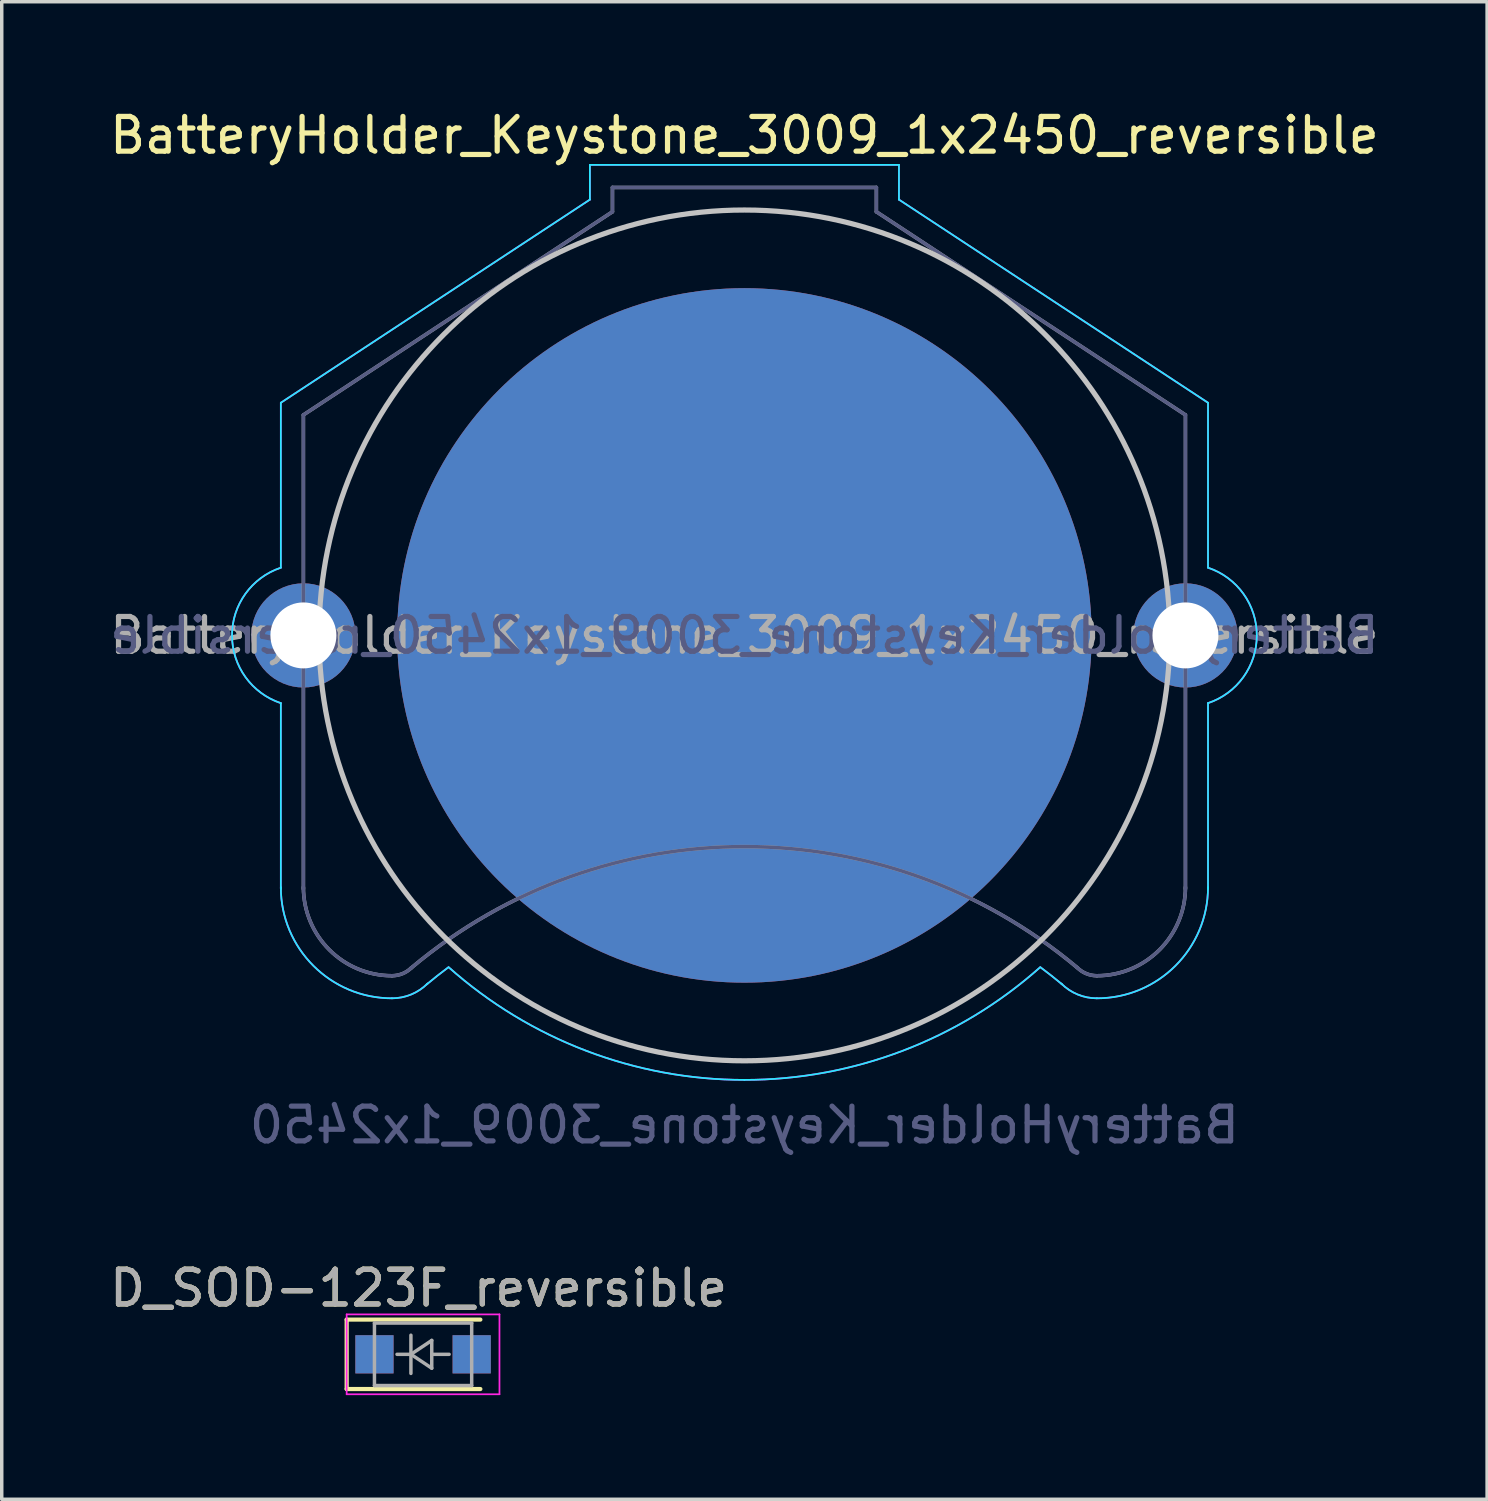
<source format=kicad_pcb>
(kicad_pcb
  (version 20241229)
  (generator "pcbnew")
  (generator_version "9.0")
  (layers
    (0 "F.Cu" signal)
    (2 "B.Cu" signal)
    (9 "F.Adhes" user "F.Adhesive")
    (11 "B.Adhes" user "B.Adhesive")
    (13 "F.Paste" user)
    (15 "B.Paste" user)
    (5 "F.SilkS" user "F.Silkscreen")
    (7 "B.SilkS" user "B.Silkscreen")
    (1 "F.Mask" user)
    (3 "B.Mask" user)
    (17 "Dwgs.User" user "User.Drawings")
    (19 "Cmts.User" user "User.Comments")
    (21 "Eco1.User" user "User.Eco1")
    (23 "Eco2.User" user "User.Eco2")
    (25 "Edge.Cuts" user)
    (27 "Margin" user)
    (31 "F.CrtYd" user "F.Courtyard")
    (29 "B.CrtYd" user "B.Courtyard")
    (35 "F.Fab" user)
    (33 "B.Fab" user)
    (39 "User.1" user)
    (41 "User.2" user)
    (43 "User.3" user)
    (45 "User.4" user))
  (footprint "D_SOD-123F_reversible"
    (layer "F.Cu")
    (at 9.133 35.95)
    (property "Reference" "D_SOD-123F_reversible" (at -0.127 -1.905 0) (layer "F.SilkS") (effects (font (size 1 1) (thickness 0.15))))
    (attr smd)
    (fp_line (start -2.2 -1) (end -2.2 1) (stroke (width 0.12) (type solid)) (layer "F.SilkS"))
    (fp_line (start -2.2 -1) (end 1.65 -1) (stroke (width 0.12) (type solid)) (layer "F.SilkS"))
    (fp_line (start -2.2 1) (end 1.65 1) (stroke (width 0.12) (type solid)) (layer "F.SilkS"))
    (fp_line (start -2.2 -1.15) (end -2.2 1.15) (stroke (width 0.05) (type solid)) (layer "F.CrtYd"))
    (fp_line (start -2.2 -1.15) (end 2.2 -1.15) (stroke (width 0.05) (type solid)) (layer "F.CrtYd"))
    (fp_line (start 2.2 -1.15) (end 2.2 1.15) (stroke (width 0.05) (type solid)) (layer "F.CrtYd"))
    (fp_line (start 2.2 1.15) (end -2.2 1.15) (stroke (width 0.05) (type solid)) (layer "F.CrtYd"))
    (fp_line (start -1.4 -0.9) (end 1.4 -0.9) (stroke (width 0.1) (type solid)) (layer "F.Fab"))
    (fp_line (start -1.4 0.9) (end -1.4 -0.9) (stroke (width 0.1) (type solid)) (layer "F.Fab"))
    (fp_line (start -0.75 0) (end -0.35 0) (stroke (width 0.1) (type solid)) (layer "F.Fab"))
    (fp_line (start -0.35 0) (end -0.35 -0.55) (stroke (width 0.1) (type solid)) (layer "F.Fab"))
    (fp_line (start -0.35 0) (end -0.35 0.55) (stroke (width 0.1) (type solid)) (layer "F.Fab"))
    (fp_line (start -0.35 0) (end 0.25 -0.4) (stroke (width 0.1) (type solid)) (layer "F.Fab"))
    (fp_line (start 0.25 -0.4) (end 0.25 0.4) (stroke (width 0.1) (type solid)) (layer "F.Fab"))
    (fp_line (start 0.25 0) (end 0.75 0) (stroke (width 0.1) (type solid)) (layer "F.Fab"))
    (fp_line (start 0.25 0.4) (end -0.35 0) (stroke (width 0.1) (type solid)) (layer "F.Fab"))
    (fp_line (start 1.4 -0.9) (end 1.4 0.9) (stroke (width 0.1) (type solid)) (layer "F.Fab"))
    (fp_line (start 1.4 0.9) (end -1.4 0.9) (stroke (width 0.1) (type solid)) (layer "F.Fab"))
    (fp_text user "${REFERENCE}" (at -0.127 -1.905 0) (layer "F.Fab") (effects (font (size 1 1) (thickness 0.15))))
    (pad "1" smd rect (at -1.4 0) (size 1.1 1.1) (layers "F.Cu" "F.Mask" "F.Paste"))
    (pad "1" smd rect (at -1.4 0) (size 1.1 1.1) (layers "B.Cu" "B.Mask" "B.Paste"))
    (pad "2" smd rect (at 1.4 0) (size 1.1 1.1) (layers "F.Cu" "F.Mask" "F.Paste"))
    (pad "2" smd rect (at 1.4 0) (size 1.1 1.1) (layers "B.Cu" "B.Mask" "B.Paste")))
  (footprint "BatteryHolder_Keystone_3009_1x2450_reversible"
    (layer "F.Cu")
    (at 18.387 15.248)
    (property "Reference" "BatteryHolder_Keystone_3009_1x2450_reversible" (at 0 -14.4 0) (layer "F.SilkS") (effects (font (size 1 1) (thickness 0.15))))
    (attr through_hole)
    (fp_circle (center 0 0) (end 12.25 0) (stroke (width 0.15) (type solid)) (fill no) (layer "Dwgs.User"))
    (fp_line (start -13.35 -6.7) (end -13.35 -1.95) (stroke (width 0.05) (type solid)) (layer "B.CrtYd"))
    (fp_line (start -13.35 1.95) (end -13.35 7.3) (stroke (width 0.05) (type solid)) (layer "B.CrtYd"))
    (fp_line (start -4.45 -13.55) (end -4.45 -12.55) (stroke (width 0.05) (type solid)) (layer "B.CrtYd"))
    (fp_line (start -4.45 -12.55) (end -13.35 -6.7) (stroke (width 0.05) (type solid)) (layer "B.CrtYd"))
    (fp_line (start 4.45 -13.55) (end -4.45 -13.55) (stroke (width 0.05) (type solid)) (layer "B.CrtYd"))
    (fp_line (start 4.45 -13.55) (end 4.45 -12.55) (stroke (width 0.05) (type solid)) (layer "B.CrtYd"))
    (fp_line (start 4.45 -12.55) (end 13.35 -6.7) (stroke (width 0.05) (type solid)) (layer "B.CrtYd"))
    (fp_line (start 13.35 -6.7) (end 13.35 -1.95) (stroke (width 0.05) (type solid)) (layer "B.CrtYd"))
    (fp_line (start 13.35 1.95) (end 13.35 7.3) (stroke (width 0.05) (type solid)) (layer "B.CrtYd"))
    (fp_arc (start -13.35 1.95) (mid -14.755479 0.002334) (end -13.354426 -1.948519) (stroke (width 0.05) (type solid)) (layer "B.CrtYd"))
    (fp_arc (start -10.15 10.45) (mid -12.412742 9.512742) (end -13.35 7.25) (stroke (width 0.05) (type solid)) (layer "B.CrtYd"))
    (fp_arc (start -9.15 10.05) (mid -8.840691 9.798786) (end -8.524488 9.556307) (stroke (width 0.05) (type solid)) (layer "B.CrtYd"))
    (fp_arc (start -9.124695 10.025305) (mid -9.595109 10.339626) (end -10.15 10.45) (stroke (width 0.05) (type solid)) (layer "B.CrtYd"))
    (fp_arc (start 0 12.8) (mid -4.55581 11.961797) (end -8.514949 9.556969) (stroke (width 0.05) (type solid)) (layer "B.CrtYd"))
    (fp_arc (start 8.514949 9.556969) (mid 4.55581 11.961798) (end 0 12.8) (stroke (width 0.05) (type solid)) (layer "B.CrtYd"))
    (fp_arc (start 8.524488 9.556307) (mid 8.840691 9.798786) (end 9.15 10.05) (stroke (width 0.05) (type solid)) (layer "B.CrtYd"))
    (fp_arc (start 10.15 10.45) (mid 9.595109 10.339625) (end 9.124695 10.025305) (stroke (width 0.05) (type solid)) (layer "B.CrtYd"))
    (fp_arc (start 13.35 7.25) (mid 12.412742 9.512742) (end 10.15 10.45) (stroke (width 0.05) (type solid)) (layer "B.CrtYd"))
    (fp_arc (start 13.354426 -1.948519) (mid 14.755479 0.002334) (end 13.35 1.95) (stroke (width 0.05) (type solid)) (layer "B.CrtYd"))
    (fp_line (start -13.35 -6.7) (end -13.35 -1.95) (stroke (width 0.05) (type solid)) (layer "F.CrtYd"))
    (fp_line (start -13.35 1.95) (end -13.35 7.3) (stroke (width 0.05) (type solid)) (layer "F.CrtYd"))
    (fp_line (start -4.45 -13.55) (end -4.45 -12.55) (stroke (width 0.05) (type solid)) (layer "F.CrtYd"))
    (fp_line (start -4.45 -13.55) (end 4.45 -13.55) (stroke (width 0.05) (type solid)) (layer "F.CrtYd"))
    (fp_line (start -4.45 -12.55) (end -13.35 -6.7) (stroke (width 0.05) (type solid)) (layer "F.CrtYd"))
    (fp_line (start 4.45 -13.55) (end 4.45 -12.55) (stroke (width 0.05) (type solid)) (layer "F.CrtYd"))
    (fp_line (start 4.45 -12.55) (end 13.35 -6.7) (stroke (width 0.05) (type solid)) (layer "F.CrtYd"))
    (fp_line (start 13.35 -6.7) (end 13.35 -1.95) (stroke (width 0.05) (type solid)) (layer "F.CrtYd"))
    (fp_line (start 13.35 1.95) (end 13.35 7.3) (stroke (width 0.05) (type solid)) (layer "F.CrtYd"))
    (fp_arc (start -13.35 1.95) (mid -14.755479 0.002334) (end -13.354426 -1.948519) (stroke (width 0.05) (type solid)) (layer "F.CrtYd"))
    (fp_arc (start -10.15 10.45) (mid -12.412742 9.512742) (end -13.35 7.25) (stroke (width 0.05) (type solid)) (layer "F.CrtYd"))
    (fp_arc (start -9.15 10.05) (mid -8.840691 9.798786) (end -8.524488 9.556307) (stroke (width 0.05) (type solid)) (layer "F.CrtYd"))
    (fp_arc (start -9.124695 10.025305) (mid -9.595109 10.339626) (end -10.15 10.45) (stroke (width 0.05) (type solid)) (layer "F.CrtYd"))
    (fp_arc (start 0 12.8) (mid -4.55581 11.961797) (end -8.514949 9.556969) (stroke (width 0.05) (type solid)) (layer "F.CrtYd"))
    (fp_arc (start 8.514949 9.556969) (mid 4.55581 11.961798) (end 0 12.8) (stroke (width 0.05) (type solid)) (layer "F.CrtYd"))
    (fp_arc (start 8.524488 9.556307) (mid 8.840691 9.798786) (end 9.15 10.05) (stroke (width 0.05) (type solid)) (layer "F.CrtYd"))
    (fp_arc (start 10.15 10.45) (mid 9.595109 10.339625) (end 9.124695 10.025305) (stroke (width 0.05) (type solid)) (layer "F.CrtYd"))
    (fp_arc (start 13.35 7.25) (mid 12.412742 9.512742) (end 10.15 10.45) (stroke (width 0.05) (type solid)) (layer "F.CrtYd"))
    (fp_arc (start 13.354426 -1.948519) (mid 14.755479 0.002334) (end 13.35 1.95) (stroke (width 0.05) (type solid)) (layer "F.CrtYd"))
    (fp_line (start -12.7 -6.35) (end -12.7 7.3) (stroke (width 0.1) (type solid)) (layer "B.Fab"))
    (fp_line (start -3.8 -12.9) (end -3.8 -12.2) (stroke (width 0.1) (type solid)) (layer "B.Fab"))
    (fp_line (start -3.8 -12.2) (end -12.7 -6.35) (stroke (width 0.1) (type solid)) (layer "B.Fab"))
    (fp_line (start 3.8 -12.9) (end -3.8 -12.9) (stroke (width 0.1) (type solid)) (layer "B.Fab"))
    (fp_line (start 3.8 -12.9) (end 3.8 -12.2) (stroke (width 0.1) (type solid)) (layer "B.Fab"))
    (fp_line (start 3.8 -12.2) (end 12.7 -6.35) (stroke (width 0.1) (type solid)) (layer "B.Fab"))
    (fp_line (start 12.7 -6.35) (end 12.7 7.3) (stroke (width 0.1) (type solid)) (layer "B.Fab"))
    (fp_arc (start -10.15 9.8) (mid -11.953122 9.053122) (end -12.7 7.25) (stroke (width 0.1) (type solid)) (layer "B.Fab"))
    (fp_arc (start -9.584315 9.565685) (mid -9.843853 9.739103) (end -10.15 9.8) (stroke (width 0.1) (type solid)) (layer "B.Fab"))
    (fp_arc (start -9.579482 9.562783) (mid 0.013392 6.081011) (end 9.6 9.58) (stroke (width 0.1) (type solid)) (layer "B.Fab"))
    (fp_arc (start 10.15 9.8) (mid 9.843853 9.739104) (end 9.584315 9.565685) (stroke (width 0.1) (type solid)) (layer "B.Fab"))
    (fp_arc (start 12.7 7.25) (mid 11.953122 9.053122) (end 10.15 9.8) (stroke (width 0.1) (type solid)) (layer "B.Fab"))
    (fp_line (start -12.7 -6.35) (end -12.7 7.3) (stroke (width 0.1) (type solid)) (layer "F.Fab"))
    (fp_line (start -3.8 -12.9) (end -3.8 -12.2) (stroke (width 0.1) (type solid)) (layer "F.Fab"))
    (fp_line (start -3.8 -12.9) (end 3.8 -12.9) (stroke (width 0.1) (type solid)) (layer "F.Fab"))
    (fp_line (start -3.8 -12.2) (end -12.7 -6.35) (stroke (width 0.1) (type solid)) (layer "F.Fab"))
    (fp_line (start 3.8 -12.9) (end 3.8 -12.2) (stroke (width 0.1) (type solid)) (layer "F.Fab"))
    (fp_line (start 3.8 -12.2) (end 12.7 -6.35) (stroke (width 0.1) (type solid)) (layer "F.Fab"))
    (fp_line (start 12.7 -6.35) (end 12.7 7.3) (stroke (width 0.1) (type solid)) (layer "F.Fab"))
    (fp_arc (start -10.15 9.8) (mid -11.953122 9.053122) (end -12.7 7.25) (stroke (width 0.1) (type solid)) (layer "F.Fab"))
    (fp_arc (start -9.6 9.58) (mid -0.013392 6.081011) (end 9.579482 9.562783) (stroke (width 0.1) (type solid)) (layer "F.Fab"))
    (fp_arc (start -9.584315 9.565685) (mid -9.843853 9.739103) (end -10.15 9.8) (stroke (width 0.1) (type solid)) (layer "F.Fab"))
    (fp_arc (start 10.15 9.8) (mid 9.843853 9.739104) (end 9.584315 9.565685) (stroke (width 0.1) (type solid)) (layer "F.Fab"))
    (fp_arc (start 12.7 7.25) (mid 11.953122 9.053122) (end 10.15 9.8) (stroke (width 0.1) (type solid)) (layer "F.Fab"))
    (fp_text user "BatteryHolder_Keystone_3009_1x2450" (at 0 14.1 180) (layer "B.Fab") (effects (font (size 1 1) (thickness 0.15)) (justify mirror)))
    (fp_text user "${REFERENCE}" (at 0 0 180) (layer "B.Fab") (effects (font (size 1 1) (thickness 0.15)) (justify mirror)))
    (fp_text user "${REFERENCE}" (at 0 0 0) (layer "F.Fab") (effects (font (size 1 1) (thickness 0.15))))
    (pad "1" thru_hole circle (at -12.7 0) (size 3 3) (drill 1.9) (layers "*.Cu" "*.Mask"))
    (pad "1" thru_hole circle (at 12.7 0) (size 3 3) (drill 1.9) (layers "*.Cu" "*.Mask"))
    (pad "2" smd circle (at 0 0) (size 20 20) (layers "F.Cu" "F.Mask"))
    (pad "2" smd circle (at 0 0) (size 20 20) (layers "B.Cu" "B.Mask")))
  (gr_rect
    (start -3 -3)
    (end 39.774 40.125)
    (stroke (width 0.1) (type default))
    (fill no)
    (layer "Edge.Cuts")))
</source>
